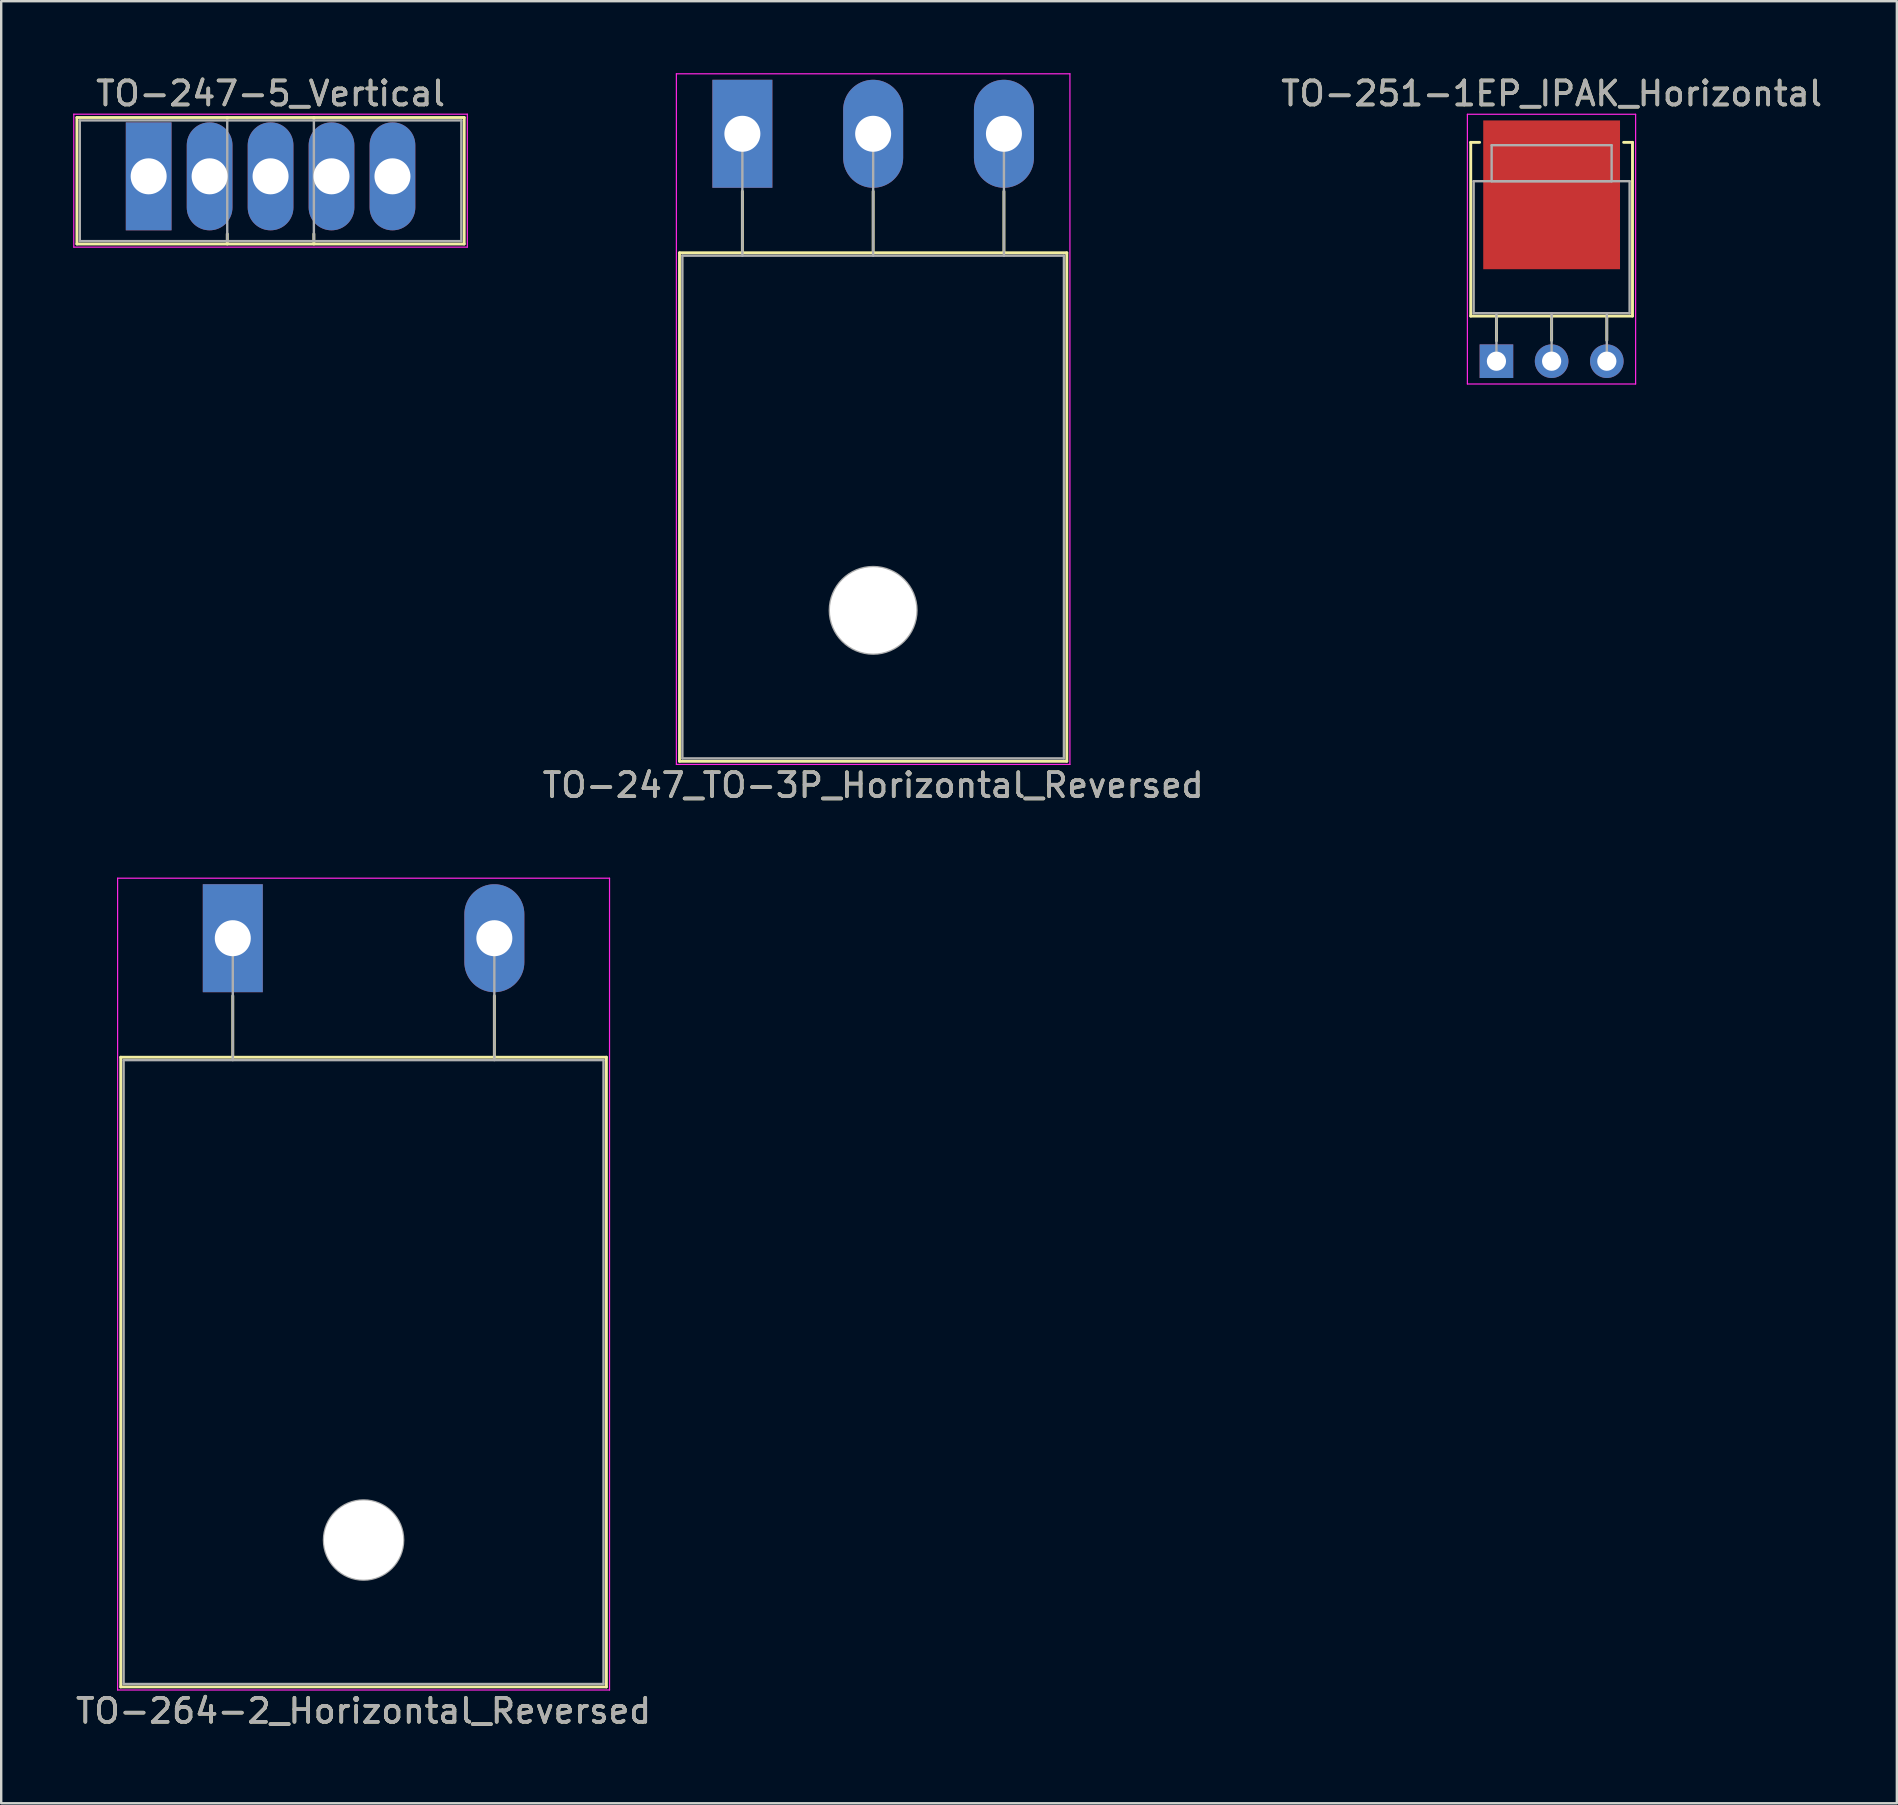
<source format=kicad_pcb>
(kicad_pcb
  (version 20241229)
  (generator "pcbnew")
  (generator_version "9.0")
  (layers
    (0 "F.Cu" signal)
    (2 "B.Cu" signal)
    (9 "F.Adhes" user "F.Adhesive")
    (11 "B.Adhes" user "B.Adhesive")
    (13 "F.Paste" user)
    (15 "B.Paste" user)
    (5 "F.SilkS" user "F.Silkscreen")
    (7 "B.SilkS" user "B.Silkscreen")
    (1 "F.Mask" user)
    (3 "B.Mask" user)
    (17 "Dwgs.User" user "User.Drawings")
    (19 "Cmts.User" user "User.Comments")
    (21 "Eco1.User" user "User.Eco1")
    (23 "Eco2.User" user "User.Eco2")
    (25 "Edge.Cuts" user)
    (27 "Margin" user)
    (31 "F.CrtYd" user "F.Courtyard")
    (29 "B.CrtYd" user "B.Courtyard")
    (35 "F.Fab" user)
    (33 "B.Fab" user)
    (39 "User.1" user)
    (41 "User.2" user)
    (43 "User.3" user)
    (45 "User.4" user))
  (footprint "TO-251-1EP_IPAK_Horizontal"
    (layer "F.Cu")
    (at 59.311 12.002)
    (property "Reference" "TO-251-1EP_IPAK_Horizontal" (at 2.3 -11.153 0) (layer "F.SilkS") (effects (font (size 1 1) (thickness 0.15))))
    (attr through_hole)
    (fp_line (start -1.071 -9.12) (end -1.071 -1.88) (stroke (width 0.12) (type solid)) (layer "F.SilkS"))
    (fp_line (start -1.071 -9.12) (end -0.701 -9.12) (stroke (width 0.12) (type solid)) (layer "F.SilkS"))
    (fp_line (start -1.071 -1.88) (end 5.67 -1.88) (stroke (width 0.12) (type solid)) (layer "F.SilkS"))
    (fp_line (start 0 -1.88) (end 0 -0.85) (stroke (width 0.12) (type solid)) (layer "F.SilkS"))
    (fp_line (start 2.3 -1.88) (end 2.3 -0.866) (stroke (width 0.12) (type solid)) (layer "F.SilkS"))
    (fp_line (start 4.6 -1.88) (end 4.6 -0.866) (stroke (width 0.12) (type solid)) (layer "F.SilkS"))
    (fp_line (start 5.301 -9.12) (end 5.67 -9.12) (stroke (width 0.12) (type solid)) (layer "F.SilkS"))
    (fp_line (start 5.67 -9.12) (end 5.67 -1.88) (stroke (width 0.12) (type solid)) (layer "F.SilkS"))
    (fp_line (start -1.21 -10.29) (end -1.21 0.95) (stroke (width 0.05) (type solid)) (layer "F.CrtYd"))
    (fp_line (start -1.21 0.95) (end 5.8 0.95) (stroke (width 0.05) (type solid)) (layer "F.CrtYd"))
    (fp_line (start 5.8 -10.29) (end -1.21 -10.29) (stroke (width 0.05) (type solid)) (layer "F.CrtYd"))
    (fp_line (start 5.8 0.95) (end 5.8 -10.29) (stroke (width 0.05) (type solid)) (layer "F.CrtYd"))
    (fp_line (start -0.95 -7.5) (end 5.55 -7.5) (stroke (width 0.1) (type solid)) (layer "F.Fab"))
    (fp_line (start -0.95 -2) (end -0.95 -7.5) (stroke (width 0.1) (type solid)) (layer "F.Fab"))
    (fp_line (start -0.2 -9) (end 4.8 -9) (stroke (width 0.1) (type solid)) (layer "F.Fab"))
    (fp_line (start -0.2 -7.5) (end -0.2 -9) (stroke (width 0.1) (type solid)) (layer "F.Fab"))
    (fp_line (start 0 -2) (end 0 0) (stroke (width 0.1) (type solid)) (layer "F.Fab"))
    (fp_line (start 2.3 -2) (end 2.3 0) (stroke (width 0.1) (type solid)) (layer "F.Fab"))
    (fp_line (start 4.6 -2) (end 4.6 0) (stroke (width 0.1) (type solid)) (layer "F.Fab"))
    (fp_line (start 4.8 -9) (end 4.8 -7.5) (stroke (width 0.1) (type solid)) (layer "F.Fab"))
    (fp_line (start 4.8 -7.5) (end -0.2 -7.5) (stroke (width 0.1) (type solid)) (layer "F.Fab"))
    (fp_line (start 5.55 -7.5) (end 5.55 -2) (stroke (width 0.1) (type solid)) (layer "F.Fab"))
    (fp_line (start 5.55 -2) (end -0.95 -2) (stroke (width 0.1) (type solid)) (layer "F.Fab"))
    (fp_text user "${REFERENCE}" (at 2.3 -11.153 0) (layer "F.Fab") (effects (font (size 1 1) (thickness 0.15))))
    (pad "1" thru_hole rect (at 0 0) (size 1.4 1.4) (drill 0.8) (layers "*.Cu" "*.Mask"))
    (pad "2" thru_hole oval (at 2.3 0) (size 1.4 1.4) (drill 0.8) (layers "*.Cu" "*.Mask"))
    (pad "3" thru_hole oval (at 4.6 0) (size 1.4 1.4) (drill 0.8) (layers "*.Cu" "*.Mask"))
    (pad "4" smd rect (at 2.3 -6.933) (size 5.7 6.2) (layers "F.Cu" "F.Mask" "F.Paste")))
  (footprint "TO-247-5_Vertical"
    (layer "F.Cu")
    (at 3.145 4.298)
    (property "Reference" "TO-247-5_Vertical" (at 5.08 -3.45 0) (layer "F.SilkS") (effects (font (size 1 1) (thickness 0.15))))
    (attr through_hole)
    (fp_line (start -2.99 -2.451) (end -2.99 2.82) (stroke (width 0.12) (type solid)) (layer "F.SilkS"))
    (fp_line (start -2.99 -2.451) (end 13.15 -2.451) (stroke (width 0.12) (type solid)) (layer "F.SilkS"))
    (fp_line (start -2.99 2.82) (end 13.15 2.82) (stroke (width 0.12) (type solid)) (layer "F.SilkS"))
    (fp_line (start 3.276 -2.451) (end 3.276 -2.4) (stroke (width 0.12) (type solid)) (layer "F.SilkS"))
    (fp_line (start 3.276 2.4) (end 3.276 2.82) (stroke (width 0.12) (type solid)) (layer "F.SilkS"))
    (fp_line (start 6.885 -2.451) (end 6.885 -2.4) (stroke (width 0.12) (type solid)) (layer "F.SilkS"))
    (fp_line (start 6.885 2.4) (end 6.885 2.82) (stroke (width 0.12) (type solid)) (layer "F.SilkS"))
    (fp_line (start 13.15 -2.451) (end 13.15 2.82) (stroke (width 0.12) (type solid)) (layer "F.SilkS"))
    (fp_line (start -3.12 -2.59) (end -3.12 2.95) (stroke (width 0.05) (type solid)) (layer "F.CrtYd"))
    (fp_line (start -3.12 2.95) (end 13.28 2.95) (stroke (width 0.05) (type solid)) (layer "F.CrtYd"))
    (fp_line (start 13.28 -2.59) (end -3.12 -2.59) (stroke (width 0.05) (type solid)) (layer "F.CrtYd"))
    (fp_line (start 13.28 2.95) (end 13.28 -2.59) (stroke (width 0.05) (type solid)) (layer "F.CrtYd"))
    (fp_line (start -2.87 -2.33) (end -2.87 2.7) (stroke (width 0.1) (type solid)) (layer "F.Fab"))
    (fp_line (start -2.87 2.7) (end 13.03 2.7) (stroke (width 0.1) (type solid)) (layer "F.Fab"))
    (fp_line (start 3.275 -2.33) (end 3.275 2.7) (stroke (width 0.1) (type solid)) (layer "F.Fab"))
    (fp_line (start 6.885 -2.33) (end 6.885 2.7) (stroke (width 0.1) (type solid)) (layer "F.Fab"))
    (fp_line (start 13.03 -2.33) (end -2.87 -2.33) (stroke (width 0.1) (type solid)) (layer "F.Fab"))
    (fp_line (start 13.03 2.7) (end 13.03 -2.33) (stroke (width 0.1) (type solid)) (layer "F.Fab"))
    (fp_text user "${REFERENCE}" (at 5.08 -3.45 0) (layer "F.Fab") (effects (font (size 1 1) (thickness 0.15))))
    (pad "1" thru_hole rect (at 0 0) (size 1.905 4.5) (drill 1.5) (layers "*.Cu" "*.Mask"))
    (pad "2" thru_hole oval (at 2.54 0) (size 1.905 4.5) (drill 1.5) (layers "*.Cu" "*.Mask"))
    (pad "3" thru_hole oval (at 5.08 0) (size 1.905 4.5) (drill 1.5) (layers "*.Cu" "*.Mask"))
    (pad "4" thru_hole oval (at 7.62 0) (size 1.905 4.5) (drill 1.5) (layers "*.Cu" "*.Mask"))
    (pad "5" thru_hole oval (at 10.16 0) (size 1.905 4.5) (drill 1.5) (layers "*.Cu" "*.Mask")))
  (footprint "TO-247_TO-3P_Horizontal_Reversed"
    (layer "F.Cu")
    (at 27.887 2.525)
    (property "Reference" "TO-247_TO-3P_Horizontal_Reversed" (at 5.45 27.15 0) (layer "F.SilkS") (effects (font (size 1 1) (thickness 0.15))))
    (attr through_hole)
    (fp_line (start -2.62 4.96) (end -2.62 26.15) (stroke (width 0.12) (type solid)) (layer "F.SilkS"))
    (fp_line (start -2.62 4.96) (end 13.52 4.96) (stroke (width 0.12) (type solid)) (layer "F.SilkS"))
    (fp_line (start -2.62 26.15) (end 13.52 26.15) (stroke (width 0.12) (type solid)) (layer "F.SilkS"))
    (fp_line (start 0 2.4) (end 0 4.96) (stroke (width 0.12) (type solid)) (layer "F.SilkS"))
    (fp_line (start 5.45 2.4) (end 5.45 4.96) (stroke (width 0.12) (type solid)) (layer "F.SilkS"))
    (fp_line (start 10.9 2.4) (end 10.9 4.96) (stroke (width 0.12) (type solid)) (layer "F.SilkS"))
    (fp_line (start 13.52 4.96) (end 13.52 26.15) (stroke (width 0.12) (type solid)) (layer "F.SilkS"))
    (fp_line (start -2.75 -2.5) (end -2.75 26.28) (stroke (width 0.05) (type solid)) (layer "F.CrtYd"))
    (fp_line (start -2.75 26.28) (end 13.65 26.28) (stroke (width 0.05) (type solid)) (layer "F.CrtYd"))
    (fp_line (start 13.65 -2.5) (end -2.75 -2.5) (stroke (width 0.05) (type solid)) (layer "F.CrtYd"))
    (fp_line (start 13.65 26.28) (end 13.65 -2.5) (stroke (width 0.05) (type solid)) (layer "F.CrtYd"))
    (fp_line (start -2.5 5.08) (end -2.5 26.03) (stroke (width 0.1) (type solid)) (layer "F.Fab"))
    (fp_line (start -2.5 26.03) (end 13.4 26.03) (stroke (width 0.1) (type solid)) (layer "F.Fab"))
    (fp_line (start 0 5.08) (end 0 0) (stroke (width 0.1) (type solid)) (layer "F.Fab"))
    (fp_line (start 5.45 5.08) (end 5.45 0) (stroke (width 0.1) (type solid)) (layer "F.Fab"))
    (fp_line (start 10.9 5.08) (end 10.9 0) (stroke (width 0.1) (type solid)) (layer "F.Fab"))
    (fp_line (start 13.4 5.08) (end -2.5 5.08) (stroke (width 0.1) (type solid)) (layer "F.Fab"))
    (fp_line (start 13.4 26.03) (end 13.4 5.08) (stroke (width 0.1) (type solid)) (layer "F.Fab"))
    (fp_circle (center 5.45 19.86) (end 7.255 19.86) (stroke (width 0.1) (type solid)) (fill no) (layer "F.Fab"))
    (fp_text user "${REFERENCE}" (at 5.45 27.15 0) (layer "F.Fab") (effects (font (size 1 1) (thickness 0.15))))
    (pad "" np_thru_hole oval (at 5.45 19.86) (size 3.6 3.6) (drill 3.6) (layers "*.Cu" "*.Mask"))
    (pad "1" thru_hole rect (at 0 0) (size 2.5 4.5) (drill 1.5) (layers "*.Cu" "*.Mask"))
    (pad "2" thru_hole oval (at 5.45 0) (size 2.5 4.5) (drill 1.5) (layers "*.Cu" "*.Mask"))
    (pad "3" thru_hole oval (at 10.9 0) (size 2.5 4.5) (drill 1.5) (layers "*.Cu" "*.Mask")))
  (footprint "TO-264-2_Horizontal_Reversed"
    (layer "F.Cu")
    (at 6.651 36.048)
    (property "Reference" "TO-264-2_Horizontal_Reversed" (at 5.45 32.2 0) (layer "F.SilkS") (effects (font (size 1 1) (thickness 0.15))))
    (attr through_hole)
    (fp_line (start -4.67 4.96) (end -4.67 31.2) (stroke (width 0.12) (type solid)) (layer "F.SilkS"))
    (fp_line (start -4.67 4.96) (end 15.57 4.96) (stroke (width 0.12) (type solid)) (layer "F.SilkS"))
    (fp_line (start -4.67 31.2) (end 15.57 31.2) (stroke (width 0.12) (type solid)) (layer "F.SilkS"))
    (fp_line (start 0 2.4) (end 0 4.96) (stroke (width 0.12) (type solid)) (layer "F.SilkS"))
    (fp_line (start 10.9 2.4) (end 10.9 4.96) (stroke (width 0.12) (type solid)) (layer "F.SilkS"))
    (fp_line (start 15.57 4.96) (end 15.57 31.2) (stroke (width 0.12) (type solid)) (layer "F.SilkS"))
    (fp_line (start -4.8 -2.5) (end -4.8 31.33) (stroke (width 0.05) (type solid)) (layer "F.CrtYd"))
    (fp_line (start -4.8 31.33) (end 15.7 31.33) (stroke (width 0.05) (type solid)) (layer "F.CrtYd"))
    (fp_line (start 15.7 -2.5) (end -4.8 -2.5) (stroke (width 0.05) (type solid)) (layer "F.CrtYd"))
    (fp_line (start 15.7 31.33) (end 15.7 -2.5) (stroke (width 0.05) (type solid)) (layer "F.CrtYd"))
    (fp_line (start -4.55 5.08) (end -4.55 31.08) (stroke (width 0.1) (type solid)) (layer "F.Fab"))
    (fp_line (start -4.55 31.08) (end 15.45 31.08) (stroke (width 0.1) (type solid)) (layer "F.Fab"))
    (fp_line (start 0 5.08) (end 0 0) (stroke (width 0.1) (type solid)) (layer "F.Fab"))
    (fp_line (start 10.9 5.08) (end 10.9 0) (stroke (width 0.1) (type solid)) (layer "F.Fab"))
    (fp_line (start 15.45 5.08) (end -4.55 5.08) (stroke (width 0.1) (type solid)) (layer "F.Fab"))
    (fp_line (start 15.45 31.08) (end 15.45 5.08) (stroke (width 0.1) (type solid)) (layer "F.Fab"))
    (fp_circle (center 5.45 25.08) (end 7.1 25.08) (stroke (width 0.1) (type solid)) (fill no) (layer "F.Fab"))
    (fp_text user "${REFERENCE}" (at 5.45 32.2 0) (layer "F.Fab") (effects (font (size 1 1) (thickness 0.15))))
    (pad "" np_thru_hole oval (at 5.45 25.08) (size 3.3 3.3) (drill 3.3) (layers "*.Cu" "*.Mask"))
    (pad "1" thru_hole rect (at 0 0) (size 2.5 4.5) (drill 1.5) (layers "*.Cu" "*.Mask"))
    (pad "2" thru_hole oval (at 10.9 0) (size 2.5 4.5) (drill 1.5) (layers "*.Cu" "*.Mask")))
  (gr_rect
    (start -3 -3)
    (end 75.998 72.097)
    (stroke (width 0.1) (type default))
    (fill no)
    (layer "Edge.Cuts")))
</source>
